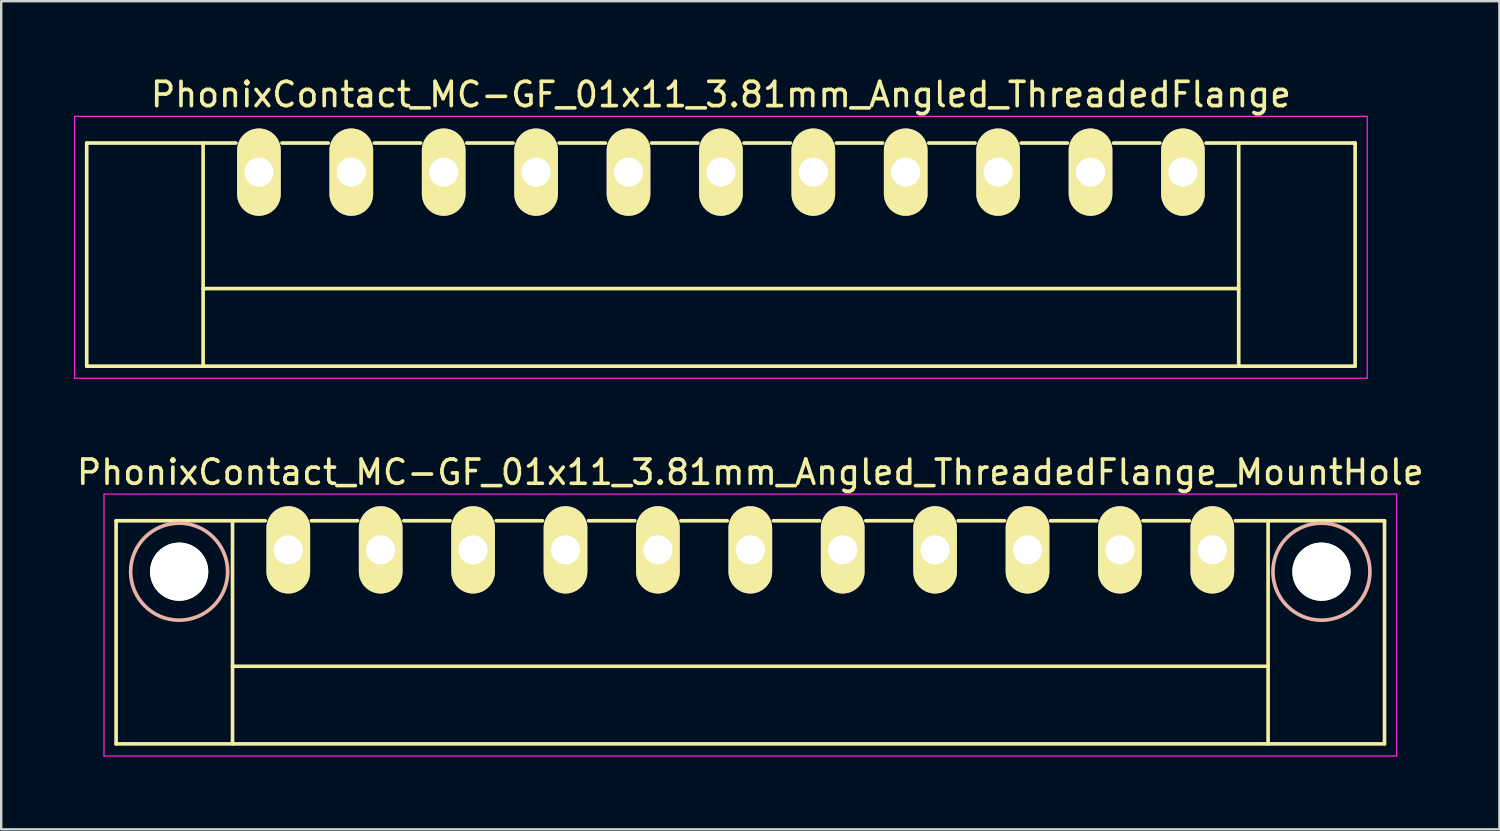
<source format=kicad_pcb>
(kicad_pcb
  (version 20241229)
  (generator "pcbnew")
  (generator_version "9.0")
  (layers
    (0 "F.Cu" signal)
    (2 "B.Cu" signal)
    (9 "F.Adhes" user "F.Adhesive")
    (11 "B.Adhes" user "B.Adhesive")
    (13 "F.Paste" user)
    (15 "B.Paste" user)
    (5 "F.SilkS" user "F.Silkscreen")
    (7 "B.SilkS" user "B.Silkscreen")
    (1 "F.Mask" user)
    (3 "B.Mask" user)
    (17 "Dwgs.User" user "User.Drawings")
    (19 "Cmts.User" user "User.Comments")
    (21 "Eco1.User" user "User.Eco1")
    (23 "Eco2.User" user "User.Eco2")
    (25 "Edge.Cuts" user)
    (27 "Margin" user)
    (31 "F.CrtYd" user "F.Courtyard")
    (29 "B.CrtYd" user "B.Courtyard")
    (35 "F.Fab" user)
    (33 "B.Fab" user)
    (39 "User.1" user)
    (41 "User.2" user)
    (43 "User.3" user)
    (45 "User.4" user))
  (footprint "PhonixContact_MC-GF_01x11_3.81mm_Angled_ThreadedFlange_MountHole"
    (layer "F.Cu")
    (at 8.837 19.622)
    (property "Reference" "PhonixContact_MC-GF_01x11_3.81mm_Angled_ThreadedFlange_MountHole" (at 19.05 -3.2 0) (layer "F.SilkS") (effects (font (size 1 1) (thickness 0.15))))
    (attr through_hole)
    (fp_line (start -7.1 -1.2) (end -7.1 8) (stroke (width 0.15) (type solid)) (layer "F.SilkS"))
    (fp_line (start -7.1 -1.2) (end -0.95 -1.2) (stroke (width 0.15) (type solid)) (layer "F.SilkS"))
    (fp_line (start -7.1 8) (end 45.2 8) (stroke (width 0.15) (type solid)) (layer "F.SilkS"))
    (fp_line (start -2.3 -1.2) (end -2.3 8) (stroke (width 0.15) (type solid)) (layer "F.SilkS"))
    (fp_line (start -2.3 4.8) (end 40.4 4.8) (stroke (width 0.15) (type solid)) (layer "F.SilkS"))
    (fp_line (start 0.95 -1.2) (end 2.86 -1.2) (stroke (width 0.15) (type solid)) (layer "F.SilkS"))
    (fp_line (start 4.76 -1.2) (end 6.67 -1.2) (stroke (width 0.15) (type solid)) (layer "F.SilkS"))
    (fp_line (start 8.57 -1.2) (end 10.48 -1.2) (stroke (width 0.15) (type solid)) (layer "F.SilkS"))
    (fp_line (start 12.38 -1.2) (end 14.29 -1.2) (stroke (width 0.15) (type solid)) (layer "F.SilkS"))
    (fp_line (start 16.19 -1.2) (end 18.1 -1.2) (stroke (width 0.15) (type solid)) (layer "F.SilkS"))
    (fp_line (start 20 -1.2) (end 21.91 -1.2) (stroke (width 0.15) (type solid)) (layer "F.SilkS"))
    (fp_line (start 23.81 -1.2) (end 25.72 -1.2) (stroke (width 0.15) (type solid)) (layer "F.SilkS"))
    (fp_line (start 27.62 -1.2) (end 29.53 -1.2) (stroke (width 0.15) (type solid)) (layer "F.SilkS"))
    (fp_line (start 31.43 -1.2) (end 33.34 -1.2) (stroke (width 0.15) (type solid)) (layer "F.SilkS"))
    (fp_line (start 35.24 -1.2) (end 37.15 -1.2) (stroke (width 0.15) (type solid)) (layer "F.SilkS"))
    (fp_line (start 40.4 -1.2) (end 40.4 8) (stroke (width 0.15) (type solid)) (layer "F.SilkS"))
    (fp_line (start 45.2 -1.2) (end 39.05 -1.2) (stroke (width 0.15) (type solid)) (layer "F.SilkS"))
    (fp_line (start 45.2 8) (end 45.2 -1.2) (stroke (width 0.15) (type solid)) (layer "F.SilkS"))
    (fp_circle (center -4.5 0.9) (end -2.5 0.9) (stroke (width 0.15) (type solid)) (fill no) (layer "B.SilkS"))
    (fp_circle (center 42.6 0.9) (end 44.6 0.9) (stroke (width 0.15) (type solid)) (fill no) (layer "B.SilkS"))
    (fp_line (start -7.6 -2.3) (end -7.6 8.5) (stroke (width 0.05) (type solid)) (layer "F.CrtYd"))
    (fp_line (start -7.6 8.5) (end 45.7 8.5) (stroke (width 0.05) (type solid)) (layer "F.CrtYd"))
    (fp_line (start 45.7 -2.3) (end -7.6 -2.3) (stroke (width 0.05) (type solid)) (layer "F.CrtYd"))
    (fp_line (start 45.7 8.5) (end 45.7 -2.3) (stroke (width 0.05) (type solid)) (layer "F.CrtYd"))
    (pad "" np_thru_hole circle (at -4.5 0.9) (size 2.4 2.4) (drill 2.4) (layers "*.Cu" "*.Mask" "F.SilkS"))
    (pad "" np_thru_hole circle (at 42.6 0.9) (size 2.4 2.4) (drill 2.4) (layers "*.Cu" "*.Mask" "F.SilkS"))
    (pad "1" thru_hole oval (at 0 0) (size 1.8 3.6) (drill 1.2) (layers "*.Cu" "*.Mask" "F.SilkS"))
    (pad "2" thru_hole oval (at 3.81 0) (size 1.8 3.6) (drill 1.2) (layers "*.Cu" "*.Mask" "F.SilkS"))
    (pad "3" thru_hole oval (at 7.62 0) (size 1.8 3.6) (drill 1.2) (layers "*.Cu" "*.Mask" "F.SilkS"))
    (pad "4" thru_hole oval (at 11.43 0) (size 1.8 3.6) (drill 1.2) (layers "*.Cu" "*.Mask" "F.SilkS"))
    (pad "5" thru_hole oval (at 15.24 0) (size 1.8 3.6) (drill 1.2) (layers "*.Cu" "*.Mask" "F.SilkS"))
    (pad "6" thru_hole oval (at 19.05 0) (size 1.8 3.6) (drill 1.2) (layers "*.Cu" "*.Mask" "F.SilkS"))
    (pad "7" thru_hole oval (at 22.86 0) (size 1.8 3.6) (drill 1.2) (layers "*.Cu" "*.Mask" "F.SilkS"))
    (pad "8" thru_hole oval (at 26.67 0) (size 1.8 3.6) (drill 1.2) (layers "*.Cu" "*.Mask" "F.SilkS"))
    (pad "9" thru_hole oval (at 30.48 0) (size 1.8 3.6) (drill 1.2) (layers "*.Cu" "*.Mask" "F.SilkS"))
    (pad "10" thru_hole oval (at 34.29 0) (size 1.8 3.6) (drill 1.2) (layers "*.Cu" "*.Mask" "F.SilkS"))
    (pad "11" thru_hole oval (at 38.1 0) (size 1.8 3.6) (drill 1.2) (layers "*.Cu" "*.Mask" "F.SilkS")))
  (footprint "PhonixContact_MC-GF_01x11_3.81mm_Angled_ThreadedFlange"
    (layer "F.Cu")
    (at 7.625 4.048)
    (property "Reference" "PhonixContact_MC-GF_01x11_3.81mm_Angled_ThreadedFlange" (at 19.05 -3.2 0) (layer "F.SilkS") (effects (font (size 1 1) (thickness 0.15))))
    (attr through_hole)
    (fp_line (start -7.1 -1.2) (end -7.1 8) (stroke (width 0.15) (type solid)) (layer "F.SilkS"))
    (fp_line (start -7.1 -1.2) (end -0.95 -1.2) (stroke (width 0.15) (type solid)) (layer "F.SilkS"))
    (fp_line (start -7.1 8) (end 45.2 8) (stroke (width 0.15) (type solid)) (layer "F.SilkS"))
    (fp_line (start -2.3 -1.2) (end -2.3 8) (stroke (width 0.15) (type solid)) (layer "F.SilkS"))
    (fp_line (start -2.3 4.8) (end 40.4 4.8) (stroke (width 0.15) (type solid)) (layer "F.SilkS"))
    (fp_line (start 0.95 -1.2) (end 2.86 -1.2) (stroke (width 0.15) (type solid)) (layer "F.SilkS"))
    (fp_line (start 4.76 -1.2) (end 6.67 -1.2) (stroke (width 0.15) (type solid)) (layer "F.SilkS"))
    (fp_line (start 8.57 -1.2) (end 10.48 -1.2) (stroke (width 0.15) (type solid)) (layer "F.SilkS"))
    (fp_line (start 12.38 -1.2) (end 14.29 -1.2) (stroke (width 0.15) (type solid)) (layer "F.SilkS"))
    (fp_line (start 16.19 -1.2) (end 18.1 -1.2) (stroke (width 0.15) (type solid)) (layer "F.SilkS"))
    (fp_line (start 20 -1.2) (end 21.91 -1.2) (stroke (width 0.15) (type solid)) (layer "F.SilkS"))
    (fp_line (start 23.81 -1.2) (end 25.72 -1.2) (stroke (width 0.15) (type solid)) (layer "F.SilkS"))
    (fp_line (start 27.62 -1.2) (end 29.53 -1.2) (stroke (width 0.15) (type solid)) (layer "F.SilkS"))
    (fp_line (start 31.43 -1.2) (end 33.34 -1.2) (stroke (width 0.15) (type solid)) (layer "F.SilkS"))
    (fp_line (start 35.24 -1.2) (end 37.15 -1.2) (stroke (width 0.15) (type solid)) (layer "F.SilkS"))
    (fp_line (start 40.4 -1.2) (end 40.4 8) (stroke (width 0.15) (type solid)) (layer "F.SilkS"))
    (fp_line (start 45.2 -1.2) (end 39.05 -1.2) (stroke (width 0.15) (type solid)) (layer "F.SilkS"))
    (fp_line (start 45.2 8) (end 45.2 -1.2) (stroke (width 0.15) (type solid)) (layer "F.SilkS"))
    (fp_line (start -7.6 -2.3) (end -7.6 8.5) (stroke (width 0.05) (type solid)) (layer "F.CrtYd"))
    (fp_line (start -7.6 8.5) (end 45.7 8.5) (stroke (width 0.05) (type solid)) (layer "F.CrtYd"))
    (fp_line (start 45.7 -2.3) (end -7.6 -2.3) (stroke (width 0.05) (type solid)) (layer "F.CrtYd"))
    (fp_line (start 45.7 8.5) (end 45.7 -2.3) (stroke (width 0.05) (type solid)) (layer "F.CrtYd"))
    (pad "1" thru_hole oval (at 0 0) (size 1.8 3.6) (drill 1.2) (layers "*.Cu" "*.Mask" "F.SilkS"))
    (pad "2" thru_hole oval (at 3.81 0) (size 1.8 3.6) (drill 1.2) (layers "*.Cu" "*.Mask" "F.SilkS"))
    (pad "3" thru_hole oval (at 7.62 0) (size 1.8 3.6) (drill 1.2) (layers "*.Cu" "*.Mask" "F.SilkS"))
    (pad "4" thru_hole oval (at 11.43 0) (size 1.8 3.6) (drill 1.2) (layers "*.Cu" "*.Mask" "F.SilkS"))
    (pad "5" thru_hole oval (at 15.24 0) (size 1.8 3.6) (drill 1.2) (layers "*.Cu" "*.Mask" "F.SilkS"))
    (pad "6" thru_hole oval (at 19.05 0) (size 1.8 3.6) (drill 1.2) (layers "*.Cu" "*.Mask" "F.SilkS"))
    (pad "7" thru_hole oval (at 22.86 0) (size 1.8 3.6) (drill 1.2) (layers "*.Cu" "*.Mask" "F.SilkS"))
    (pad "8" thru_hole oval (at 26.67 0) (size 1.8 3.6) (drill 1.2) (layers "*.Cu" "*.Mask" "F.SilkS"))
    (pad "9" thru_hole oval (at 30.48 0) (size 1.8 3.6) (drill 1.2) (layers "*.Cu" "*.Mask" "F.SilkS"))
    (pad "10" thru_hole oval (at 34.29 0) (size 1.8 3.6) (drill 1.2) (layers "*.Cu" "*.Mask" "F.SilkS"))
    (pad "11" thru_hole oval (at 38.1 0) (size 1.8 3.6) (drill 1.2) (layers "*.Cu" "*.Mask" "F.SilkS")))
  (gr_rect
    (start -3 -3)
    (end 58.774 31.146)
    (stroke (width 0.1) (type default))
    (fill no)
    (layer "Edge.Cuts")))
</source>
